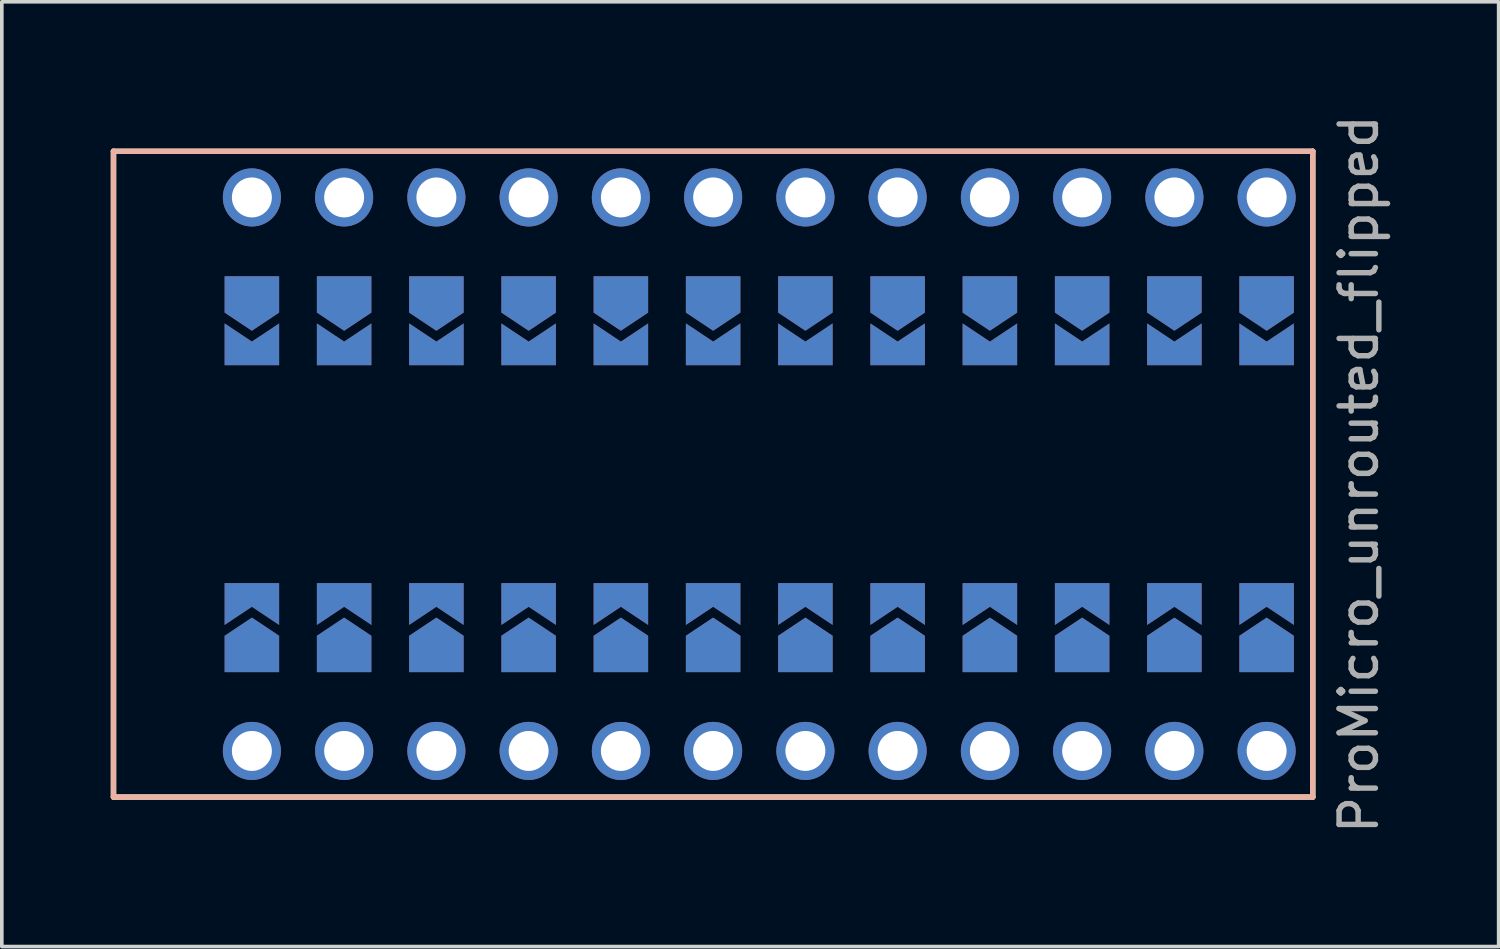
<source format=kicad_pcb>
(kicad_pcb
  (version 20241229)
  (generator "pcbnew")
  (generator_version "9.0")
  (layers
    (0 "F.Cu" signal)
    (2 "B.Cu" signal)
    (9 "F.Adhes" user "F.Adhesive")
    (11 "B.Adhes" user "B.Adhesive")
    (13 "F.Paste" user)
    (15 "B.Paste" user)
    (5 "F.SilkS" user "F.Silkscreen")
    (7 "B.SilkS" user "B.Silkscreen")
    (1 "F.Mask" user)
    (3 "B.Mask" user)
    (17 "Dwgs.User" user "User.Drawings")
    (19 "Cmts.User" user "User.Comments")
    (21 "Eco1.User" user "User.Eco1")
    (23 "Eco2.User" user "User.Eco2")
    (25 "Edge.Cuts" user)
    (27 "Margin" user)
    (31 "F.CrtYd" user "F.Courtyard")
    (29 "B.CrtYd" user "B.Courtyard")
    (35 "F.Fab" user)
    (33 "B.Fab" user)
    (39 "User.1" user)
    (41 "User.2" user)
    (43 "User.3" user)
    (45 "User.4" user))
  (footprint "ProMicro_unrouted_flipped"
    (layer "F.Cu")
    (at 17.855 10.006)
    (property "Reference" "ProMicro_unrouted_flipped" (at 16.51 0 90) (layer "F.Fab") (effects (font (size 1 1) (thickness 0.15))))
    (attr through_hole)
    (fp_line (start -17.78 -8.89) (end 15.24 -8.89) (stroke (width 0.15) (type solid)) (layer "F.SilkS"))
    (fp_line (start -17.78 8.89) (end -17.78 -8.89) (stroke (width 0.15) (type solid)) (layer "F.SilkS"))
    (fp_line (start -17.78 8.89) (end 15.24 8.89) (stroke (width 0.15) (type solid)) (layer "F.SilkS"))
    (fp_line (start 15.24 -8.89) (end 15.24 8.89) (stroke (width 0.15) (type solid)) (layer "F.SilkS"))
    (fp_line (start -17.78 -8.89) (end 15.24 -8.89) (stroke (width 0.15) (type solid)) (layer "B.SilkS"))
    (fp_line (start -17.78 8.89) (end -17.78 -8.89) (stroke (width 0.15) (type solid)) (layer "B.SilkS"))
    (fp_line (start -17.78 8.89) (end 15.24 8.89) (stroke (width 0.15) (type solid)) (layer "B.SilkS"))
    (fp_line (start 15.24 -8.89) (end 15.24 8.89) (stroke (width 0.15) (type solid)) (layer "B.SilkS"))
    (pad "1" smd custom (at -13.97 -3.5 270) (size 0.3 0.3) (layers "B.Cu" "B.Mask") (options (anchor rect)) (primitives (gr_poly (pts (xy 0.5 0.75) (xy -0.65 0.75) (xy -0.15 0) (xy -0.65 -0.75) (xy 0.5 -0.75)) (width 0) (fill yes))))
    (pad "1" smd custom (at -13.97 3.5 90) (size 0.3 0.3) (layers "F.Cu" "F.Mask") (options (anchor rect)) (primitives (gr_poly (pts (xy 0.5 0.75) (xy -0.65 0.75) (xy -0.15 0) (xy -0.65 -0.75) (xy 0.5 -0.75)) (width 0) (fill yes))))
    (pad "2" smd custom (at -11.43 -3.5 270) (size 0.3 0.3) (layers "B.Cu" "B.Mask") (options (anchor rect)) (primitives (gr_poly (pts (xy 0.5 0.75) (xy -0.65 0.75) (xy -0.15 0) (xy -0.65 -0.75) (xy 0.5 -0.75)) (width 0) (fill yes))))
    (pad "2" smd custom (at -11.43 3.5 90) (size 0.3 0.3) (layers "F.Cu" "F.Mask") (options (anchor rect)) (primitives (gr_poly (pts (xy 0.5 0.75) (xy -0.65 0.75) (xy -0.15 0) (xy -0.65 -0.75) (xy 0.5 -0.75)) (width 0) (fill yes))))
    (pad "3" smd custom (at -8.89 -3.5 270) (size 0.3 0.3) (layers "B.Cu" "B.Mask") (options (anchor rect)) (primitives (gr_poly (pts (xy 0.5 0.75) (xy -0.65 0.75) (xy -0.15 0) (xy -0.65 -0.75) (xy 0.5 -0.75)) (width 0) (fill yes))))
    (pad "3" smd custom (at -8.89 3.5 90) (size 0.3 0.3) (layers "F.Cu" "F.Mask") (options (anchor rect)) (primitives (gr_poly (pts (xy 0.5 0.75) (xy -0.65 0.75) (xy -0.15 0) (xy -0.65 -0.75) (xy 0.5 -0.75)) (width 0) (fill yes))))
    (pad "4" smd custom (at -6.35 -3.5 270) (size 0.3 0.3) (layers "B.Cu" "B.Mask") (options (anchor rect)) (primitives (gr_poly (pts (xy 0.5 0.75) (xy -0.65 0.75) (xy -0.15 0) (xy -0.65 -0.75) (xy 0.5 -0.75)) (width 0) (fill yes))))
    (pad "4" smd custom (at -6.35 3.5 90) (size 0.3 0.3) (layers "F.Cu" "F.Mask") (options (anchor rect)) (primitives (gr_poly (pts (xy 0.5 0.75) (xy -0.65 0.75) (xy -0.15 0) (xy -0.65 -0.75) (xy 0.5 -0.75)) (width 0) (fill yes))))
    (pad "5" smd custom (at -3.81 -3.5 270) (size 0.3 0.3) (layers "B.Cu" "B.Mask") (options (anchor rect)) (primitives (gr_poly (pts (xy 0.5 0.75) (xy -0.65 0.75) (xy -0.15 0) (xy -0.65 -0.75) (xy 0.5 -0.75)) (width 0) (fill yes))))
    (pad "5" smd custom (at -3.81 3.5 90) (size 0.3 0.3) (layers "F.Cu" "F.Mask") (options (anchor rect)) (primitives (gr_poly (pts (xy 0.5 0.75) (xy -0.65 0.75) (xy -0.15 0) (xy -0.65 -0.75) (xy 0.5 -0.75)) (width 0) (fill yes))))
    (pad "6" smd custom (at -1.27 -3.5 270) (size 0.3 0.3) (layers "B.Cu" "B.Mask") (options (anchor rect)) (primitives (gr_poly (pts (xy 0.5 0.75) (xy -0.65 0.75) (xy -0.15 0) (xy -0.65 -0.75) (xy 0.5 -0.75)) (width 0) (fill yes))))
    (pad "6" smd custom (at -1.27 3.5 90) (size 0.3 0.3) (layers "F.Cu" "F.Mask") (options (anchor rect)) (primitives (gr_poly (pts (xy 0.5 0.75) (xy -0.65 0.75) (xy -0.15 0) (xy -0.65 -0.75) (xy 0.5 -0.75)) (width 0) (fill yes))))
    (pad "7" smd custom (at 1.27 -3.5 270) (size 0.3 0.3) (layers "B.Cu" "B.Mask") (options (anchor rect)) (primitives (gr_poly (pts (xy 0.5 0.75) (xy -0.65 0.75) (xy -0.15 0) (xy -0.65 -0.75) (xy 0.5 -0.75)) (width 0) (fill yes))))
    (pad "7" smd custom (at 1.27 3.5 90) (size 0.3 0.3) (layers "F.Cu" "F.Mask") (options (anchor rect)) (primitives (gr_poly (pts (xy 0.5 0.75) (xy -0.65 0.75) (xy -0.15 0) (xy -0.65 -0.75) (xy 0.5 -0.75)) (width 0) (fill yes))))
    (pad "8" smd custom (at 3.81 -3.5 270) (size 0.3 0.3) (layers "B.Cu" "B.Mask") (options (anchor rect)) (primitives (gr_poly (pts (xy 0.5 0.75) (xy -0.65 0.75) (xy -0.15 0) (xy -0.65 -0.75) (xy 0.5 -0.75)) (width 0) (fill yes))))
    (pad "8" smd custom (at 3.81 3.5 90) (size 0.3 0.3) (layers "F.Cu" "F.Mask") (options (anchor rect)) (primitives (gr_poly (pts (xy 0.5 0.75) (xy -0.65 0.75) (xy -0.15 0) (xy -0.65 -0.75) (xy 0.5 -0.75)) (width 0) (fill yes))))
    (pad "9" smd custom (at 6.35 -3.5 270) (size 0.3 0.3) (layers "B.Cu" "B.Mask") (options (anchor rect)) (primitives (gr_poly (pts (xy 0.5 0.75) (xy -0.65 0.75) (xy -0.15 0) (xy -0.65 -0.75) (xy 0.5 -0.75)) (width 0) (fill yes))))
    (pad "9" smd custom (at 6.35 3.5 90) (size 0.3 0.3) (layers "F.Cu" "F.Mask") (options (anchor rect)) (primitives (gr_poly (pts (xy 0.5 0.75) (xy -0.65 0.75) (xy -0.15 0) (xy -0.65 -0.75) (xy 0.5 -0.75)) (width 0) (fill yes))))
    (pad "10" smd custom (at 8.89 -3.5 270) (size 0.3 0.3) (layers "B.Cu" "B.Mask") (options (anchor rect)) (primitives (gr_poly (pts (xy 0.5 0.75) (xy -0.65 0.75) (xy -0.15 0) (xy -0.65 -0.75) (xy 0.5 -0.75)) (width 0) (fill yes))))
    (pad "10" smd custom (at 8.89 3.5 90) (size 0.3 0.3) (layers "F.Cu" "F.Mask") (options (anchor rect)) (primitives (gr_poly (pts (xy 0.5 0.75) (xy -0.65 0.75) (xy -0.15 0) (xy -0.65 -0.75) (xy 0.5 -0.75)) (width 0) (fill yes))))
    (pad "11" smd custom (at 11.43 -3.5 270) (size 0.3 0.3) (layers "B.Cu" "B.Mask") (options (anchor rect)) (primitives (gr_poly (pts (xy 0.5 0.75) (xy -0.65 0.75) (xy -0.15 0) (xy -0.65 -0.75) (xy 0.5 -0.75)) (width 0) (fill yes))))
    (pad "11" smd custom (at 11.43 3.5 90) (size 0.3 0.3) (layers "F.Cu" "F.Mask") (options (anchor rect)) (primitives (gr_poly (pts (xy 0.5 0.75) (xy -0.65 0.75) (xy -0.15 0) (xy -0.65 -0.75) (xy 0.5 -0.75)) (width 0) (fill yes))))
    (pad "12" smd custom (at 13.97 -3.5 270) (size 0.3 0.3) (layers "B.Cu" "B.Mask") (options (anchor rect)) (primitives (gr_poly (pts (xy 0.5 0.75) (xy -0.65 0.75) (xy -0.15 0) (xy -0.65 -0.75) (xy 0.5 -0.75)) (width 0) (fill yes))))
    (pad "12" smd custom (at 13.97 3.5 90) (size 0.3 0.3) (layers "F.Cu" "F.Mask") (options (anchor rect)) (primitives (gr_poly (pts (xy 0.5 0.75) (xy -0.65 0.75) (xy -0.15 0) (xy -0.65 -0.75) (xy 0.5 -0.75)) (width 0) (fill yes))))
    (pad "13" smd custom (at 13.97 -3.5 270) (size 0.3 0.3) (layers "F.Cu" "F.Mask") (options (anchor rect)) (primitives (gr_poly (pts (xy 0.5 0.75) (xy -0.65 0.75) (xy -0.15 0) (xy -0.65 -0.75) (xy 0.5 -0.75)) (width 0) (fill yes))))
    (pad "13" smd custom (at 13.97 3.5 90) (size 0.3 0.3) (layers "B.Cu" "B.Mask") (options (anchor rect)) (primitives (gr_poly (pts (xy 0.5 0.75) (xy -0.65 0.75) (xy -0.15 0) (xy -0.65 -0.75) (xy 0.5 -0.75)) (width 0) (fill yes))))
    (pad "14" smd custom (at 11.43 -3.5 270) (size 0.3 0.3) (layers "F.Cu" "F.Mask") (options (anchor rect)) (primitives (gr_poly (pts (xy 0.5 0.75) (xy -0.65 0.75) (xy -0.15 0) (xy -0.65 -0.75) (xy 0.5 -0.75)) (width 0) (fill yes))))
    (pad "14" smd custom (at 11.43 3.5 90) (size 0.3 0.3) (layers "B.Cu" "B.Mask") (options (anchor rect)) (primitives (gr_poly (pts (xy 0.5 0.75) (xy -0.65 0.75) (xy -0.15 0) (xy -0.65 -0.75) (xy 0.5 -0.75)) (width 0) (fill yes))))
    (pad "15" smd custom (at 8.89 -3.5 270) (size 0.3 0.3) (layers "F.Cu" "F.Mask") (options (anchor rect)) (primitives (gr_poly (pts (xy 0.5 0.75) (xy -0.65 0.75) (xy -0.15 0) (xy -0.65 -0.75) (xy 0.5 -0.75)) (width 0) (fill yes))))
    (pad "15" smd custom (at 8.89 3.5 90) (size 0.3 0.3) (layers "B.Cu" "B.Mask") (options (anchor rect)) (primitives (gr_poly (pts (xy 0.5 0.75) (xy -0.65 0.75) (xy -0.15 0) (xy -0.65 -0.75) (xy 0.5 -0.75)) (width 0) (fill yes))))
    (pad "16" smd custom (at 6.35 -3.5 270) (size 0.3 0.3) (layers "F.Cu" "F.Mask") (options (anchor rect)) (primitives (gr_poly (pts (xy 0.5 0.75) (xy -0.65 0.75) (xy -0.15 0) (xy -0.65 -0.75) (xy 0.5 -0.75)) (width 0) (fill yes))))
    (pad "16" smd custom (at 6.35 3.5 90) (size 0.3 0.3) (layers "B.Cu" "B.Mask") (options (anchor rect)) (primitives (gr_poly (pts (xy 0.5 0.75) (xy -0.65 0.75) (xy -0.15 0) (xy -0.65 -0.75) (xy 0.5 -0.75)) (width 0) (fill yes))))
    (pad "17" smd custom (at 3.81 -3.5 270) (size 0.3 0.3) (layers "F.Cu" "F.Mask") (options (anchor rect)) (primitives (gr_poly (pts (xy 0.5 0.75) (xy -0.65 0.75) (xy -0.15 0) (xy -0.65 -0.75) (xy 0.5 -0.75)) (width 0) (fill yes))))
    (pad "17" smd custom (at 3.81 3.5 90) (size 0.3 0.3) (layers "B.Cu" "B.Mask") (options (anchor rect)) (primitives (gr_poly (pts (xy 0.5 0.75) (xy -0.65 0.75) (xy -0.15 0) (xy -0.65 -0.75) (xy 0.5 -0.75)) (width 0) (fill yes))))
    (pad "18" smd custom (at 1.27 -3.5 270) (size 0.3 0.3) (layers "F.Cu" "F.Mask") (options (anchor rect)) (primitives (gr_poly (pts (xy 0.5 0.75) (xy -0.65 0.75) (xy -0.15 0) (xy -0.65 -0.75) (xy 0.5 -0.75)) (width 0) (fill yes))))
    (pad "18" smd custom (at 1.27 3.5 90) (size 0.3 0.3) (layers "B.Cu" "B.Mask") (options (anchor rect)) (primitives (gr_poly (pts (xy 0.5 0.75) (xy -0.65 0.75) (xy -0.15 0) (xy -0.65 -0.75) (xy 0.5 -0.75)) (width 0) (fill yes))))
    (pad "19" smd custom (at -1.27 -3.5 270) (size 0.3 0.3) (layers "F.Cu" "F.Mask") (options (anchor rect)) (primitives (gr_poly (pts (xy 0.5 0.75) (xy -0.65 0.75) (xy -0.15 0) (xy -0.65 -0.75) (xy 0.5 -0.75)) (width 0) (fill yes))))
    (pad "19" smd custom (at -1.27 3.5 90) (size 0.3 0.3) (layers "B.Cu" "B.Mask") (options (anchor rect)) (primitives (gr_poly (pts (xy 0.5 0.75) (xy -0.65 0.75) (xy -0.15 0) (xy -0.65 -0.75) (xy 0.5 -0.75)) (width 0) (fill yes))))
    (pad "20" smd custom (at -3.81 -3.5 270) (size 0.3 0.3) (layers "F.Cu" "F.Mask") (options (anchor rect)) (primitives (gr_poly (pts (xy 0.5 0.75) (xy -0.65 0.75) (xy -0.15 0) (xy -0.65 -0.75) (xy 0.5 -0.75)) (width 0) (fill yes))))
    (pad "20" smd custom (at -3.81 3.5 90) (size 0.3 0.3) (layers "B.Cu" "B.Mask") (options (anchor rect)) (primitives (gr_poly (pts (xy 0.5 0.75) (xy -0.65 0.75) (xy -0.15 0) (xy -0.65 -0.75) (xy 0.5 -0.75)) (width 0) (fill yes))))
    (pad "21" smd custom (at -6.35 -3.5 270) (size 0.3 0.3) (layers "F.Cu" "F.Mask") (options (anchor rect)) (primitives (gr_poly (pts (xy 0.5 0.75) (xy -0.65 0.75) (xy -0.15 0) (xy -0.65 -0.75) (xy 0.5 -0.75)) (width 0) (fill yes))))
    (pad "21" smd custom (at -6.35 3.5 90) (size 0.3 0.3) (layers "B.Cu" "B.Mask") (options (anchor rect)) (primitives (gr_poly (pts (xy 0.5 0.75) (xy -0.65 0.75) (xy -0.15 0) (xy -0.65 -0.75) (xy 0.5 -0.75)) (width 0) (fill yes))))
    (pad "22" smd custom (at -8.89 -3.5 270) (size 0.3 0.3) (layers "F.Cu" "F.Mask") (options (anchor rect)) (primitives (gr_poly (pts (xy 0.5 0.75) (xy -0.65 0.75) (xy -0.15 0) (xy -0.65 -0.75) (xy 0.5 -0.75)) (width 0) (fill yes))))
    (pad "22" smd custom (at -8.89 3.5 90) (size 0.3 0.3) (layers "B.Cu" "B.Mask") (options (anchor rect)) (primitives (gr_poly (pts (xy 0.5 0.75) (xy -0.65 0.75) (xy -0.15 0) (xy -0.65 -0.75) (xy 0.5 -0.75)) (width 0) (fill yes))))
    (pad "23" smd custom (at -11.43 -3.5 270) (size 0.3 0.3) (layers "F.Cu" "F.Mask") (options (anchor rect)) (primitives (gr_poly (pts (xy 0.5 0.75) (xy -0.65 0.75) (xy -0.15 0) (xy -0.65 -0.75) (xy 0.5 -0.75)) (width 0) (fill yes))))
    (pad "23" smd custom (at -11.43 3.5 90) (size 0.3 0.3) (layers "B.Cu" "B.Mask") (options (anchor rect)) (primitives (gr_poly (pts (xy 0.5 0.75) (xy -0.65 0.75) (xy -0.15 0) (xy -0.65 -0.75) (xy 0.5 -0.75)) (width 0) (fill yes))))
    (pad "24" smd custom (at -13.97 -3.5 270) (size 0.3 0.3) (layers "F.Cu" "F.Mask") (options (anchor rect)) (primitives (gr_poly (pts (xy 0.5 0.75) (xy -0.65 0.75) (xy -0.15 0) (xy -0.65 -0.75) (xy 0.5 -0.75)) (width 0) (fill yes))))
    (pad "24" smd custom (at -13.97 3.5 90) (size 0.3 0.3) (layers "B.Cu" "B.Mask") (options (anchor rect)) (primitives (gr_poly (pts (xy 0.5 0.75) (xy -0.65 0.75) (xy -0.15 0) (xy -0.65 -0.75) (xy 0.5 -0.75)) (width 0) (fill yes))))
    (pad "P1" smd custom (at -13.97 4.95 90) (size 0.3 0.3) (layers "F.Cu" "F.Mask") (options (anchor rect)) (primitives (gr_poly (pts (xy 1 0) (xy 0.5 0.75) (xy -0.5 0.75) (xy -0.5 -0.75) (xy 0.5 -0.75)) (width 0) (fill yes))))
    (pad "P1" smd custom (at -13.97 4.95 90) (size 0.3 0.3) (layers "B.Cu" "B.Mask") (options (anchor rect)) (primitives (gr_poly (pts (xy 1 0) (xy 0.5 0.75) (xy -0.5 0.75) (xy -0.5 -0.75) (xy 0.5 -0.75)) (width 0) (fill yes))))
    (pad "P1" thru_hole circle (at -13.97 7.62) (size 1.6 1.6) (drill 1.1) (layers "*.Cu" "*.Paste" "*.Mask"))
    (pad "P2" smd custom (at -11.43 4.95 90) (size 0.3 0.3) (layers "F.Cu" "F.Mask") (options (anchor rect)) (primitives (gr_poly (pts (xy 1 0) (xy 0.5 0.75) (xy -0.5 0.75) (xy -0.5 -0.75) (xy 0.5 -0.75)) (width 0) (fill yes))))
    (pad "P2" smd custom (at -11.43 4.95 90) (size 0.3 0.3) (layers "B.Cu" "B.Mask") (options (anchor rect)) (primitives (gr_poly (pts (xy 1 0) (xy 0.5 0.75) (xy -0.5 0.75) (xy -0.5 -0.75) (xy 0.5 -0.75)) (width 0) (fill yes))))
    (pad "P2" thru_hole circle (at -11.43 7.62) (size 1.6 1.6) (drill 1.1) (layers "*.Cu" "*.Paste" "*.Mask"))
    (pad "P3" smd custom (at -8.89 4.95 90) (size 0.3 0.3) (layers "F.Cu" "F.Mask") (options (anchor rect)) (primitives (gr_poly (pts (xy 1 0) (xy 0.5 0.75) (xy -0.5 0.75) (xy -0.5 -0.75) (xy 0.5 -0.75)) (width 0) (fill yes))))
    (pad "P3" smd custom (at -8.89 4.95 90) (size 0.3 0.3) (layers "B.Cu" "B.Mask") (options (anchor rect)) (primitives (gr_poly (pts (xy 1 0) (xy 0.5 0.75) (xy -0.5 0.75) (xy -0.5 -0.75) (xy 0.5 -0.75)) (width 0) (fill yes))))
    (pad "P3" thru_hole circle (at -8.89 7.62) (size 1.6 1.6) (drill 1.1) (layers "*.Cu" "*.Paste" "*.Mask"))
    (pad "P4" smd custom (at -6.35 4.95 90) (size 0.3 0.3) (layers "F.Cu" "F.Mask") (options (anchor rect)) (primitives (gr_poly (pts (xy 1 0) (xy 0.5 0.75) (xy -0.5 0.75) (xy -0.5 -0.75) (xy 0.5 -0.75)) (width 0) (fill yes))))
    (pad "P4" smd custom (at -6.35 4.95 90) (size 0.3 0.3) (layers "B.Cu" "B.Mask") (options (anchor rect)) (primitives (gr_poly (pts (xy 1 0) (xy 0.5 0.75) (xy -0.5 0.75) (xy -0.5 -0.75) (xy 0.5 -0.75)) (width 0) (fill yes))))
    (pad "P4" thru_hole circle (at -6.35 7.62) (size 1.6 1.6) (drill 1.1) (layers "*.Cu" "*.Paste" "*.Mask"))
    (pad "P5" smd custom (at -3.81 4.95 90) (size 0.3 0.3) (layers "F.Cu" "F.Mask") (options (anchor rect)) (primitives (gr_poly (pts (xy 1 0) (xy 0.5 0.75) (xy -0.5 0.75) (xy -0.5 -0.75) (xy 0.5 -0.75)) (width 0) (fill yes))))
    (pad "P5" smd custom (at -3.81 4.95 90) (size 0.3 0.3) (layers "B.Cu" "B.Mask") (options (anchor rect)) (primitives (gr_poly (pts (xy 1 0) (xy 0.5 0.75) (xy -0.5 0.75) (xy -0.5 -0.75) (xy 0.5 -0.75)) (width 0) (fill yes))))
    (pad "P5" thru_hole circle (at -3.81 7.62) (size 1.6 1.6) (drill 1.1) (layers "*.Cu" "*.Paste" "*.Mask"))
    (pad "P6" smd custom (at -1.27 4.95 90) (size 0.3 0.3) (layers "F.Cu" "F.Mask") (options (anchor rect)) (primitives (gr_poly (pts (xy 1 0) (xy 0.5 0.75) (xy -0.5 0.75) (xy -0.5 -0.75) (xy 0.5 -0.75)) (width 0) (fill yes))))
    (pad "P6" smd custom (at -1.27 4.95 90) (size 0.3 0.3) (layers "B.Cu" "B.Mask") (options (anchor rect)) (primitives (gr_poly (pts (xy 1 0) (xy 0.5 0.75) (xy -0.5 0.75) (xy -0.5 -0.75) (xy 0.5 -0.75)) (width 0) (fill yes))))
    (pad "P6" thru_hole circle (at -1.27 7.62) (size 1.6 1.6) (drill 1.1) (layers "*.Cu" "*.Paste" "*.Mask"))
    (pad "P7" smd custom (at 1.27 4.95 90) (size 0.3 0.3) (layers "F.Cu" "F.Mask") (options (anchor rect)) (primitives (gr_poly (pts (xy 1 0) (xy 0.5 0.75) (xy -0.5 0.75) (xy -0.5 -0.75) (xy 0.5 -0.75)) (width 0) (fill yes))))
    (pad "P7" smd custom (at 1.27 4.95 90) (size 0.3 0.3) (layers "B.Cu" "B.Mask") (options (anchor rect)) (primitives (gr_poly (pts (xy 1 0) (xy 0.5 0.75) (xy -0.5 0.75) (xy -0.5 -0.75) (xy 0.5 -0.75)) (width 0) (fill yes))))
    (pad "P7" thru_hole circle (at 1.27 7.62) (size 1.6 1.6) (drill 1.1) (layers "*.Cu" "*.Paste" "*.Mask"))
    (pad "P8" smd custom (at 3.81 4.95 90) (size 0.3 0.3) (layers "F.Cu" "F.Mask") (options (anchor rect)) (primitives (gr_poly (pts (xy 1 0) (xy 0.5 0.75) (xy -0.5 0.75) (xy -0.5 -0.75) (xy 0.5 -0.75)) (width 0) (fill yes))))
    (pad "P8" smd custom (at 3.81 4.95 90) (size 0.3 0.3) (layers "B.Cu" "B.Mask") (options (anchor rect)) (primitives (gr_poly (pts (xy 1 0) (xy 0.5 0.75) (xy -0.5 0.75) (xy -0.5 -0.75) (xy 0.5 -0.75)) (width 0) (fill yes))))
    (pad "P8" thru_hole circle (at 3.81 7.62) (size 1.6 1.6) (drill 1.1) (layers "*.Cu" "*.Paste" "*.Mask"))
    (pad "P9" smd custom (at 6.35 4.95 90) (size 0.3 0.3) (layers "F.Cu" "F.Mask") (options (anchor rect)) (primitives (gr_poly (pts (xy 1 0) (xy 0.5 0.75) (xy -0.5 0.75) (xy -0.5 -0.75) (xy 0.5 -0.75)) (width 0) (fill yes))))
    (pad "P9" smd custom (at 6.35 4.95 90) (size 0.3 0.3) (layers "B.Cu" "B.Mask") (options (anchor rect)) (primitives (gr_poly (pts (xy 1 0) (xy 0.5 0.75) (xy -0.5 0.75) (xy -0.5 -0.75) (xy 0.5 -0.75)) (width 0) (fill yes))))
    (pad "P9" thru_hole circle (at 6.35 7.62) (size 1.6 1.6) (drill 1.1) (layers "*.Cu" "*.Paste" "*.Mask"))
    (pad "P10" smd custom (at 8.89 4.95 90) (size 0.3 0.3) (layers "F.Cu" "F.Mask") (options (anchor rect)) (primitives (gr_poly (pts (xy 1 0) (xy 0.5 0.75) (xy -0.5 0.75) (xy -0.5 -0.75) (xy 0.5 -0.75)) (width 0) (fill yes))))
    (pad "P10" smd custom (at 8.89 4.95 90) (size 0.3 0.3) (layers "B.Cu" "B.Mask") (options (anchor rect)) (primitives (gr_poly (pts (xy 1 0) (xy 0.5 0.75) (xy -0.5 0.75) (xy -0.5 -0.75) (xy 0.5 -0.75)) (width 0) (fill yes))))
    (pad "P10" thru_hole circle (at 8.89 7.62) (size 1.6 1.6) (drill 1.1) (layers "*.Cu" "*.Paste" "*.Mask"))
    (pad "P11" smd custom (at 11.43 4.95 90) (size 0.3 0.3) (layers "F.Cu" "F.Mask") (options (anchor rect)) (primitives (gr_poly (pts (xy 1 0) (xy 0.5 0.75) (xy -0.5 0.75) (xy -0.5 -0.75) (xy 0.5 -0.75)) (width 0) (fill yes))))
    (pad "P11" smd custom (at 11.43 4.95 90) (size 0.3 0.3) (layers "B.Cu" "B.Mask") (options (anchor rect)) (primitives (gr_poly (pts (xy 1 0) (xy 0.5 0.75) (xy -0.5 0.75) (xy -0.5 -0.75) (xy 0.5 -0.75)) (width 0) (fill yes))))
    (pad "P11" thru_hole circle (at 11.43 7.62) (size 1.6 1.6) (drill 1.1) (layers "*.Cu" "*.Paste" "*.Mask"))
    (pad "P12" smd custom (at 13.97 4.95 90) (size 0.3 0.3) (layers "F.Cu" "F.Mask") (options (anchor rect)) (primitives (gr_poly (pts (xy 1 0) (xy 0.5 0.75) (xy -0.5 0.75) (xy -0.5 -0.75) (xy 0.5 -0.75)) (width 0) (fill yes))))
    (pad "P12" smd custom (at 13.97 4.95 90) (size 0.3 0.3) (layers "B.Cu" "B.Mask") (options (anchor rect)) (primitives (gr_poly (pts (xy 1 0) (xy 0.5 0.75) (xy -0.5 0.75) (xy -0.5 -0.75) (xy 0.5 -0.75)) (width 0) (fill yes))))
    (pad "P12" thru_hole circle (at 13.97 7.62) (size 1.6 1.6) (drill 1.1) (layers "*.Cu" "*.Paste" "*.Mask"))
    (pad "P13" thru_hole circle (at 13.97 -7.62) (size 1.6 1.6) (drill 1.1) (layers "*.Cu" "*.Paste" "*.Mask"))
    (pad "P13" smd custom (at 13.97 -4.95 270) (size 0.3 0.3) (layers "F.Cu" "F.Mask") (options (anchor rect)) (primitives (gr_poly (pts (xy 1 0) (xy 0.5 0.75) (xy -0.5 0.75) (xy -0.5 -0.75) (xy 0.5 -0.75)) (width 0) (fill yes))))
    (pad "P13" smd custom (at 13.97 -4.95 270) (size 0.3 0.3) (layers "B.Cu" "B.Mask") (options (anchor rect)) (primitives (gr_poly (pts (xy 1 0) (xy 0.5 0.75) (xy -0.5 0.75) (xy -0.5 -0.75) (xy 0.5 -0.75)) (width 0) (fill yes))))
    (pad "P14" thru_hole circle (at 11.43 -7.62) (size 1.6 1.6) (drill 1.1) (layers "*.Cu" "*.Paste" "*.Mask"))
    (pad "P14" smd custom (at 11.43 -4.95 270) (size 0.3 0.3) (layers "F.Cu" "F.Mask") (options (anchor rect)) (primitives (gr_poly (pts (xy 1 0) (xy 0.5 0.75) (xy -0.5 0.75) (xy -0.5 -0.75) (xy 0.5 -0.75)) (width 0) (fill yes))))
    (pad "P14" smd custom (at 11.43 -4.95 270) (size 0.3 0.3) (layers "B.Cu" "B.Mask") (options (anchor rect)) (primitives (gr_poly (pts (xy 1 0) (xy 0.5 0.75) (xy -0.5 0.75) (xy -0.5 -0.75) (xy 0.5 -0.75)) (width 0) (fill yes))))
    (pad "P15" thru_hole circle (at 8.89 -7.62) (size 1.6 1.6) (drill 1.1) (layers "*.Cu" "*.Paste" "*.Mask"))
    (pad "P15" smd custom (at 8.89 -4.95 270) (size 0.3 0.3) (layers "F.Cu" "F.Mask") (options (anchor rect)) (primitives (gr_poly (pts (xy 1 0) (xy 0.5 0.75) (xy -0.5 0.75) (xy -0.5 -0.75) (xy 0.5 -0.75)) (width 0) (fill yes))))
    (pad "P15" smd custom (at 8.89 -4.95 270) (size 0.3 0.3) (layers "B.Cu" "B.Mask") (options (anchor rect)) (primitives (gr_poly (pts (xy 1 0) (xy 0.5 0.75) (xy -0.5 0.75) (xy -0.5 -0.75) (xy 0.5 -0.75)) (width 0) (fill yes))))
    (pad "P16" thru_hole circle (at 6.35 -7.62) (size 1.6 1.6) (drill 1.1) (layers "*.Cu" "*.Paste" "*.Mask"))
    (pad "P16" smd custom (at 6.35 -4.95 270) (size 0.3 0.3) (layers "F.Cu" "F.Mask") (options (anchor rect)) (primitives (gr_poly (pts (xy 1 0) (xy 0.5 0.75) (xy -0.5 0.75) (xy -0.5 -0.75) (xy 0.5 -0.75)) (width 0) (fill yes))))
    (pad "P16" smd custom (at 6.35 -4.95 270) (size 0.3 0.3) (layers "B.Cu" "B.Mask") (options (anchor rect)) (primitives (gr_poly (pts (xy 1 0) (xy 0.5 0.75) (xy -0.5 0.75) (xy -0.5 -0.75) (xy 0.5 -0.75)) (width 0) (fill yes))))
    (pad "P17" thru_hole circle (at 3.81 -7.62) (size 1.6 1.6) (drill 1.1) (layers "*.Cu" "*.Paste" "*.Mask"))
    (pad "P17" smd custom (at 3.81 -4.95 270) (size 0.3 0.3) (layers "F.Cu" "F.Mask") (options (anchor rect)) (primitives (gr_poly (pts (xy 1 0) (xy 0.5 0.75) (xy -0.5 0.75) (xy -0.5 -0.75) (xy 0.5 -0.75)) (width 0) (fill yes))))
    (pad "P17" smd custom (at 3.81 -4.95 270) (size 0.3 0.3) (layers "B.Cu" "B.Mask") (options (anchor rect)) (primitives (gr_poly (pts (xy 1 0) (xy 0.5 0.75) (xy -0.5 0.75) (xy -0.5 -0.75) (xy 0.5 -0.75)) (width 0) (fill yes))))
    (pad "P18" thru_hole circle (at 1.27 -7.62) (size 1.6 1.6) (drill 1.1) (layers "*.Cu" "*.Paste" "*.Mask"))
    (pad "P18" smd custom (at 1.27 -4.95 270) (size 0.3 0.3) (layers "F.Cu" "F.Mask") (options (anchor rect)) (primitives (gr_poly (pts (xy 1 0) (xy 0.5 0.75) (xy -0.5 0.75) (xy -0.5 -0.75) (xy 0.5 -0.75)) (width 0) (fill yes))))
    (pad "P18" smd custom (at 1.27 -4.95 270) (size 0.3 0.3) (layers "B.Cu" "B.Mask") (options (anchor rect)) (primitives (gr_poly (pts (xy 1 0) (xy 0.5 0.75) (xy -0.5 0.75) (xy -0.5 -0.75) (xy 0.5 -0.75)) (width 0) (fill yes))))
    (pad "P19" thru_hole circle (at -1.27 -7.62) (size 1.6 1.6) (drill 1.1) (layers "*.Cu" "*.Paste" "*.Mask"))
    (pad "P19" smd custom (at -1.27 -4.95 270) (size 0.3 0.3) (layers "F.Cu" "F.Mask") (options (anchor rect)) (primitives (gr_poly (pts (xy 1 0) (xy 0.5 0.75) (xy -0.5 0.75) (xy -0.5 -0.75) (xy 0.5 -0.75)) (width 0) (fill yes))))
    (pad "P19" smd custom (at -1.27 -4.95 270) (size 0.3 0.3) (layers "B.Cu" "B.Mask") (options (anchor rect)) (primitives (gr_poly (pts (xy 1 0) (xy 0.5 0.75) (xy -0.5 0.75) (xy -0.5 -0.75) (xy 0.5 -0.75)) (width 0) (fill yes))))
    (pad "P20" thru_hole circle (at -3.81 -7.62) (size 1.6 1.6) (drill 1.1) (layers "*.Cu" "*.Paste" "*.Mask"))
    (pad "P20" smd custom (at -3.81 -4.95 270) (size 0.3 0.3) (layers "F.Cu" "F.Mask") (options (anchor rect)) (primitives (gr_poly (pts (xy 1 0) (xy 0.5 0.75) (xy -0.5 0.75) (xy -0.5 -0.75) (xy 0.5 -0.75)) (width 0) (fill yes))))
    (pad "P20" smd custom (at -3.81 -4.95 270) (size 0.3 0.3) (layers "B.Cu" "B.Mask") (options (anchor rect)) (primitives (gr_poly (pts (xy 1 0) (xy 0.5 0.75) (xy -0.5 0.75) (xy -0.5 -0.75) (xy 0.5 -0.75)) (width 0) (fill yes))))
    (pad "P21" thru_hole circle (at -6.35 -7.62) (size 1.6 1.6) (drill 1.1) (layers "*.Cu" "*.Paste" "*.Mask"))
    (pad "P21" smd custom (at -6.35 -4.95 270) (size 0.3 0.3) (layers "F.Cu" "F.Mask") (options (anchor rect)) (primitives (gr_poly (pts (xy 1 0) (xy 0.5 0.75) (xy -0.5 0.75) (xy -0.5 -0.75) (xy 0.5 -0.75)) (width 0) (fill yes))))
    (pad "P21" smd custom (at -6.35 -4.95 270) (size 0.3 0.3) (layers "B.Cu" "B.Mask") (options (anchor rect)) (primitives (gr_poly (pts (xy 1 0) (xy 0.5 0.75) (xy -0.5 0.75) (xy -0.5 -0.75) (xy 0.5 -0.75)) (width 0) (fill yes))))
    (pad "P22" thru_hole circle (at -8.89 -7.62) (size 1.6 1.6) (drill 1.1) (layers "*.Cu" "*.Paste" "*.Mask"))
    (pad "P22" smd custom (at -8.89 -4.95 270) (size 0.3 0.3) (layers "F.Cu" "F.Mask") (options (anchor rect)) (primitives (gr_poly (pts (xy 1 0) (xy 0.5 0.75) (xy -0.5 0.75) (xy -0.5 -0.75) (xy 0.5 -0.75)) (width 0) (fill yes))))
    (pad "P22" smd custom (at -8.89 -4.95 270) (size 0.3 0.3) (layers "B.Cu" "B.Mask") (options (anchor rect)) (primitives (gr_poly (pts (xy 1 0) (xy 0.5 0.75) (xy -0.5 0.75) (xy -0.5 -0.75) (xy 0.5 -0.75)) (width 0) (fill yes))))
    (pad "P23" thru_hole circle (at -11.43 -7.62) (size 1.6 1.6) (drill 1.1) (layers "*.Cu" "*.Paste" "*.Mask"))
    (pad "P23" smd custom (at -11.43 -4.95 270) (size 0.3 0.3) (layers "F.Cu" "F.Mask") (options (anchor rect)) (primitives (gr_poly (pts (xy 1 0) (xy 0.5 0.75) (xy -0.5 0.75) (xy -0.5 -0.75) (xy 0.5 -0.75)) (width 0) (fill yes))))
    (pad "P23" smd custom (at -11.43 -4.95 270) (size 0.3 0.3) (layers "B.Cu" "B.Mask") (options (anchor rect)) (primitives (gr_poly (pts (xy 1 0) (xy 0.5 0.75) (xy -0.5 0.75) (xy -0.5 -0.75) (xy 0.5 -0.75)) (width 0) (fill yes))))
    (pad "P24" thru_hole circle (at -13.97 -7.62) (size 1.6 1.6) (drill 1.1) (layers "*.Cu" "*.Paste" "*.Mask"))
    (pad "P24" smd custom (at -13.97 -4.95 270) (size 0.3 0.3) (layers "F.Cu" "F.Mask") (options (anchor rect)) (primitives (gr_poly (pts (xy 1 0) (xy 0.5 0.75) (xy -0.5 0.75) (xy -0.5 -0.75) (xy 0.5 -0.75)) (width 0) (fill yes))))
    (pad "P24" smd custom (at -13.97 -4.95 270) (size 0.3 0.3) (layers "B.Cu" "B.Mask") (options (anchor rect)) (primitives (gr_poly (pts (xy 1 0) (xy 0.5 0.75) (xy -0.5 0.75) (xy -0.5 -0.75) (xy 0.5 -0.75)) (width 0) (fill yes)))))
  (gr_rect
    (start -3 -3)
    (end 38.213 23.012)
    (stroke (width 0.1) (type default))
    (fill no)
    (layer "Edge.Cuts")))
</source>
